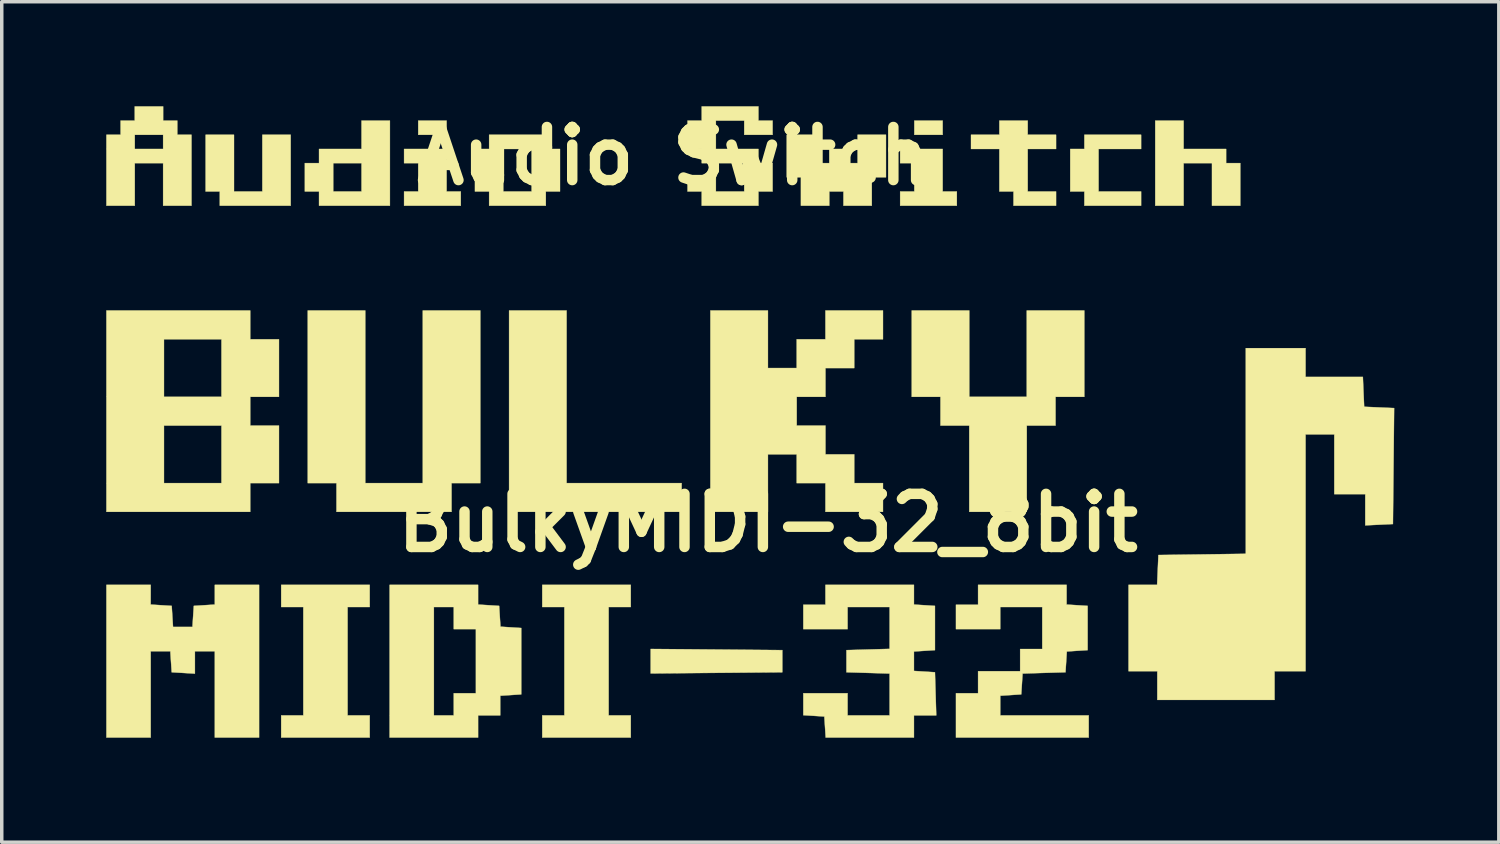
<source format=kicad_pcb>
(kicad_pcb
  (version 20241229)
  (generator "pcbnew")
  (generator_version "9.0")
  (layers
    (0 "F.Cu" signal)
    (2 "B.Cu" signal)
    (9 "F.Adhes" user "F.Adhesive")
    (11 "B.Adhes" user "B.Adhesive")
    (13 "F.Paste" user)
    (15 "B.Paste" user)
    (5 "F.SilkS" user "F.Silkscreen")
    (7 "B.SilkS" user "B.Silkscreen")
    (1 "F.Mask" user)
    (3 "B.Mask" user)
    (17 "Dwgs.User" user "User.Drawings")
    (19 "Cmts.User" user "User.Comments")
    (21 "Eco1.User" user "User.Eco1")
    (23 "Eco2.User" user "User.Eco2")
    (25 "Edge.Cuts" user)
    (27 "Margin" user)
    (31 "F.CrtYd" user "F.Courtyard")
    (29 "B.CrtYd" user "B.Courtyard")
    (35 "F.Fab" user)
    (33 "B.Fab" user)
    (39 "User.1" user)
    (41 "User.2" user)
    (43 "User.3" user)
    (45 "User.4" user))
  (footprint "Audio Switch"
    (layer "F.Cu")
    (at 16.277 1.429)
    (property "Reference" "Audio Switch" (at 0 0 0) (layer "F.SilkS") (effects (font (size 1.524 1.524) (thickness 0.3))))
    (attr through_hole)
    (fp_poly (pts (xy -6.509 -0.61) (xy -7.323 -0.61) (xy -7.323 -1.017) (xy -6.509 -1.017) (xy -6.509 -0.61)) (stroke (width 0.01) (type solid)) (fill yes) (layer "F.SilkS"))
    (fp_poly (pts (xy 7.729 -0.61) (xy 6.916 -0.61) (xy 6.916 -1.017) (xy 7.729 -1.017) (xy 7.729 -0.61)) (stroke (width 0.01) (type solid)) (fill yes) (layer "F.SilkS"))
    (fp_poly (pts (xy -12.611 1.017) (xy -11.797 1.017) (xy -11.797 -0.61) (xy -10.984 -0.61) (xy -10.984 1.424) (xy -13.018 1.424) (xy -13.018 1.017) (xy -13.425 1.017) (xy -13.425 -0.61) (xy -12.611 -0.61) (xy -12.611 1.017)) (stroke (width 0.01) (type solid)) (fill yes) (layer "F.SilkS"))
    (fp_poly (pts (xy -6.509 1.017) (xy -6.102 1.017) (xy -6.102 1.424) (xy -7.729 1.424) (xy -7.729 1.017) (xy -7.323 1.017) (xy -7.323 0.203) (xy -7.729 0.203) (xy -7.729 -0.203) (xy -6.509 -0.203) (xy -6.509 1.017)) (stroke (width 0.01) (type solid)) (fill yes) (layer "F.SilkS"))
    (fp_poly (pts (xy 7.729 1.017) (xy 8.136 1.017) (xy 8.136 1.424) (xy 6.509 1.424) (xy 6.509 1.017) (xy 6.916 1.017) (xy 6.916 0.203) (xy 6.509 0.203) (xy 6.509 -0.203) (xy 7.729 -0.203) (xy 7.729 1.017)) (stroke (width 0.01) (type solid)) (fill yes) (layer "F.SilkS"))
    (fp_poly (pts (xy 13.425 -0.203) (xy 12.204 -0.203) (xy 12.204 1.017) (xy 13.425 1.017) (xy 13.425 1.424) (xy 11.797 1.424) (xy 11.797 1.017) (xy 11.391 1.017) (xy 11.391 -0.203) (xy 11.797 -0.203) (xy 11.797 -0.61) (xy 13.425 -0.61) (xy 13.425 -0.203)) (stroke (width 0.01) (type solid)) (fill yes) (layer "F.SilkS"))
    (fp_poly (pts (xy 14.645 -0.203) (xy 15.865 -0.203) (xy 15.865 0.203) (xy 16.272 0.203) (xy 16.272 1.424) (xy 15.459 1.424) (xy 15.459 0.203) (xy 14.645 0.203) (xy 14.645 1.424) (xy 13.831 1.424) (xy 13.831 -1.017) (xy 14.645 -1.017) (xy 14.645 -0.203)) (stroke (width 0.01) (type solid)) (fill yes) (layer "F.SilkS"))
    (fp_poly (pts (xy -8.136 1.424) (xy -10.17 1.424) (xy -10.17 1.017) (xy -10.577 1.017) (xy -10.577 0.203) (xy -10.17 0.203) (xy -9.763 0.203) (xy -9.763 1.017) (xy -8.95 1.017) (xy -8.95 0.203) (xy -9.763 0.203) (xy -10.17 0.203) (xy -10.17 -0.203) (xy -8.95 -0.203) (xy -8.95 -1.017) (xy -8.136 -1.017) (xy -8.136 1.424)) (stroke (width 0.01) (type solid)) (fill yes) (layer "F.SilkS"))
    (fp_poly (pts (xy 10.17 -0.61) (xy 10.984 -0.61) (xy 10.984 -0.203) (xy 10.17 -0.203) (xy 10.17 1.017) (xy 10.984 1.017) (xy 10.984 1.424) (xy 9.763 1.424) (xy 9.763 1.017) (xy 9.357 1.017) (xy 9.357 -0.203) (xy 8.543 -0.203) (xy 8.543 -0.61) (xy 9.357 -0.61) (xy 9.357 -1.017) (xy 10.17 -1.017) (xy 10.17 -0.61)) (stroke (width 0.01) (type solid)) (fill yes) (layer "F.SilkS"))
    (fp_poly (pts (xy -3.661 -0.203) (xy -3.254 -0.203) (xy -3.254 1.017) (xy -3.661 1.017) (xy -3.661 1.424) (xy -5.288 1.424) (xy -5.288 1.017) (xy -5.695 1.017) (xy -5.695 -0.203) (xy -5.288 -0.203) (xy -4.882 -0.203) (xy -4.882 1.017) (xy -4.068 1.017) (xy -4.068 -0.203) (xy -4.882 -0.203) (xy -5.288 -0.203) (xy -5.288 -0.61) (xy -3.661 -0.61) (xy -3.661 -0.203)) (stroke (width 0.01) (type solid)) (fill yes) (layer "F.SilkS"))
    (fp_poly (pts (xy 4.068 0.203) (xy 4.475 0.203) (xy 4.475 -0.203) (xy 4.882 -0.203) (xy 4.882 0.203) (xy 5.288 0.203) (xy 5.288 -0.61) (xy 6.102 -0.61) (xy 6.102 0.61) (xy 5.695 0.61) (xy 5.695 1.424) (xy 4.882 1.424) (xy 4.882 1.017) (xy 4.475 1.017) (xy 4.475 1.424) (xy 3.661 1.424) (xy 3.661 0.61) (xy 3.254 0.61) (xy 3.254 -0.61) (xy 4.068 -0.61) (xy 4.068 0.203)) (stroke (width 0.01) (type solid)) (fill yes) (layer "F.SilkS"))
    (fp_poly (pts (xy -14.645 -1.017) (xy -14.238 -1.017) (xy -14.238 -0.61) (xy -13.831 -0.61) (xy -13.831 1.424) (xy -14.645 1.424) (xy -14.645 0.203) (xy -15.459 0.203) (xy -15.459 1.424) (xy -16.272 1.424) (xy -16.272 -0.61) (xy -15.865 -0.61) (xy -15.459 -0.61) (xy -15.459 -0.203) (xy -14.645 -0.203) (xy -14.645 -0.61) (xy -15.459 -0.61) (xy -15.865 -0.61) (xy -15.865 -1.017) (xy -15.459 -1.017) (xy -15.459 -1.424) (xy -14.645 -1.424) (xy -14.645 -1.017)) (stroke (width 0.01) (type solid)) (fill yes) (layer "F.SilkS"))
    (fp_poly (pts (xy 2.441 -1.017) (xy 2.848 -1.017) (xy 2.848 -0.61) (xy 2.034 -0.61) (xy 2.034 -1.017) (xy 1.22 -1.017) (xy 1.22 -0.203) (xy 2.441 -0.203) (xy 2.441 0.203) (xy 2.848 0.203) (xy 2.848 1.017) (xy 2.441 1.017) (xy 2.441 1.424) (xy 0.814 1.424) (xy 0.814 1.017) (xy 0.407 1.017) (xy 0.407 0.61) (xy 1.22 0.61) (xy 1.22 1.017) (xy 2.034 1.017) (xy 2.034 0.203) (xy 0.814 0.203) (xy 0.814 -0.203) (xy 0.407 -0.203) (xy 0.407 -1.017) (xy 0.814 -1.017) (xy 0.814 -1.424) (xy 2.441 -1.424) (xy 2.441 -1.017)) (stroke (width 0.01) (type solid)) (fill yes) (layer "F.SilkS")))
  (footprint "BulkyMIDI-32_8bit"
    (layer "F.Cu")
    (at 18.991 11.959)
    (property "Reference" "BulkyMIDI-32_8bit" (at 0 0 0) (layer "F.SilkS") (effects (font (size 1.524 1.524) (thickness 0.3))))
    (attr through_hole)
    (fp_poly (pts (xy 0.413 3.651) (xy 0.413 4.286) (xy -1.476 4.303) (xy -3.365 4.32) (xy -3.365 3.618) (xy 0.413 3.651)) (stroke (width 0.01) (type solid)) (fill yes) (layer "F.SilkS"))
    (fp_poly (pts (xy -5.779 -1.143) (xy -2.477 -1.143) (xy -2.477 -0.318) (xy -7.429 -0.318) (xy -7.429 -6.096) (xy -5.779 -6.096) (xy -5.779 -1.143)) (stroke (width 0.01) (type solid)) (fill yes) (layer "F.SilkS"))
    (fp_poly (pts (xy -11.557 -1.143) (xy -9.906 -1.143) (xy -9.906 -6.096) (xy -8.255 -6.096) (xy -8.255 -1.143) (xy -9.081 -1.143) (xy -9.081 -0.318) (xy -12.383 -0.318) (xy -12.383 -1.143) (xy -13.208 -1.143) (xy -13.208 -6.096) (xy -11.557 -6.096) (xy -11.557 -1.143)) (stroke (width 0.01) (type solid)) (fill yes) (layer "F.SilkS"))
    (fp_poly (pts (xy -11.43 2.413) (xy -12.065 2.413) (xy -12.065 5.524) (xy -11.43 5.524) (xy -11.43 6.16) (xy -13.97 6.16) (xy -13.97 5.524) (xy -13.335 5.524) (xy -13.335 2.413) (xy -13.97 2.413) (xy -13.97 1.778) (xy -11.43 1.778) (xy -11.43 2.413)) (stroke (width 0.01) (type solid)) (fill yes) (layer "F.SilkS"))
    (fp_poly (pts (xy -3.937 2.413) (xy -4.572 2.413) (xy -4.572 5.524) (xy -3.937 5.524) (xy -3.937 6.16) (xy -6.477 6.16) (xy -6.477 5.524) (xy -5.842 5.524) (xy -5.842 2.413) (xy -6.477 2.413) (xy -6.477 1.778) (xy -3.937 1.778) (xy -3.937 2.413)) (stroke (width 0.01) (type solid)) (fill yes) (layer "F.SilkS"))
    (fp_poly (pts (xy 5.779 -3.619) (xy 7.429 -3.619) (xy 7.429 -6.096) (xy 9.081 -6.096) (xy 9.081 -3.619) (xy 8.255 -3.619) (xy 8.255 -2.794) (xy 7.429 -2.794) (xy 7.429 -0.318) (xy 5.779 -0.318) (xy 5.779 -2.794) (xy 4.953 -2.794) (xy 4.953 -3.619) (xy 4.128 -3.619) (xy 4.128 -6.096) (xy 5.779 -6.096) (xy 5.779 -3.619)) (stroke (width 0.01) (type solid)) (fill yes) (layer "F.SilkS"))
    (fp_poly (pts (xy -17.716 2.06) (xy -17.717 2.343) (xy -17.415 2.362) (xy -17.113 2.381) (xy -17.075 2.985) (xy -16.517 2.985) (xy -16.498 2.683) (xy -16.478 2.381) (xy -16.177 2.362) (xy -15.875 2.343) (xy -15.875 2.06) (xy -15.875 1.778) (xy -14.605 1.778) (xy -14.605 6.16) (xy -15.875 6.16) (xy -15.875 3.683) (xy -16.447 3.683) (xy -16.447 4.325) (xy -17.113 4.286) (xy -17.133 3.985) (xy -17.152 3.683) (xy -17.716 3.683) (xy -17.716 6.16) (xy -18.986 6.16) (xy -18.986 1.778) (xy -17.716 1.778) (xy -17.716 2.06)) (stroke (width 0.01) (type solid)) (fill yes) (layer "F.SilkS"))
    (fp_poly (pts (xy -14.859 -5.271) (xy -14.034 -5.271) (xy -14.034 -3.619) (xy -14.859 -3.619) (xy -14.859 -2.794) (xy -14.034 -2.794) (xy -14.034 -1.143) (xy -14.859 -1.143) (xy -14.859 -0.318) (xy -18.986 -0.318) (xy -18.986 -2.794) (xy -17.335 -2.794) (xy -17.335 -1.143) (xy -15.684 -1.143) (xy -15.684 -2.794) (xy -17.335 -2.794) (xy -18.986 -2.794) (xy -18.986 -5.271) (xy -17.335 -5.271) (xy -17.335 -3.619) (xy -15.684 -3.619) (xy -15.684 -5.271) (xy -17.335 -5.271) (xy -18.986 -5.271) (xy -18.986 -6.096) (xy -14.859 -6.096) (xy -14.859 -5.271)) (stroke (width 0.01) (type solid)) (fill yes) (layer "F.SilkS"))
    (fp_poly (pts (xy -8.319 2.343) (xy -8.017 2.362) (xy -7.715 2.381) (xy -7.696 2.68) (xy -7.677 2.978) (xy -7.379 2.997) (xy -7.08 3.016) (xy -7.08 4.921) (xy -7.684 4.96) (xy -7.684 5.524) (xy -8.319 5.524) (xy -8.319 6.16) (xy -10.858 6.16) (xy -10.858 2.413) (xy -9.588 2.413) (xy -9.588 5.524) (xy -9.017 5.524) (xy -9.017 4.889) (xy -8.382 4.889) (xy -8.382 3.048) (xy -9.017 3.048) (xy -9.017 2.413) (xy -9.588 2.413) (xy -10.858 2.413) (xy -10.858 1.778) (xy -8.319 1.778) (xy -8.319 2.343)) (stroke (width 0.01) (type solid)) (fill yes) (layer "F.SilkS"))
    (fp_poly (pts (xy 15.431 -4.191) (xy 17.076 -4.191) (xy 17.094 -3.762) (xy 17.113 -3.334) (xy 17.543 -3.315) (xy 17.973 -3.296) (xy 17.956 -1.632) (xy 17.939 0.032) (xy 17.145 0.07) (xy 17.145 -0.826) (xy 16.256 -0.826) (xy 16.256 -2.54) (xy 15.431 -2.54) (xy 15.431 4.255) (xy 14.541 4.255) (xy 14.541 5.08) (xy 11.176 5.08) (xy 11.176 4.255) (xy 10.351 4.255) (xy 10.351 1.778) (xy 11.17 1.778) (xy 11.189 1.349) (xy 11.208 0.921) (xy 12.462 0.904) (xy 13.716 0.886) (xy 13.716 -5.016) (xy 15.431 -5.016) (xy 15.431 -4.191)) (stroke (width 0.01) (type solid)) (fill yes) (layer "F.SilkS"))
    (fp_poly (pts (xy 0 -4.445) (xy 0.826 -4.445) (xy 0.826 -5.271) (xy 1.651 -5.271) (xy 1.651 -6.096) (xy 3.302 -6.096) (xy 3.302 -5.271) (xy 2.477 -5.271) (xy 2.477 -4.445) (xy 1.651 -4.445) (xy 1.651 -3.619) (xy 0.826 -3.619) (xy 0.826 -2.794) (xy 1.651 -2.794) (xy 1.651 -1.968) (xy 2.477 -1.968) (xy 2.477 -1.143) (xy 3.302 -1.143) (xy 3.302 -0.318) (xy 1.651 -0.318) (xy 1.651 -1.143) (xy 0.826 -1.143) (xy 0.826 -1.968) (xy 0 -1.968) (xy 0 -0.318) (xy -1.651 -0.318) (xy -1.651 -6.096) (xy 0 -6.096) (xy 0 -4.445)) (stroke (width 0.01) (type solid)) (fill yes) (layer "F.SilkS"))
    (fp_poly (pts (xy 8.572 2.343) (xy 8.874 2.362) (xy 9.176 2.381) (xy 9.176 3.651) (xy 8.877 3.67) (xy 8.579 3.69) (xy 8.56 3.988) (xy 8.541 4.286) (xy 7.925 4.304) (xy 7.309 4.323) (xy 7.29 4.622) (xy 7.271 4.921) (xy 6.668 4.96) (xy 6.668 5.524) (xy 9.207 5.524) (xy 9.207 6.16) (xy 5.397 6.16) (xy 5.397 4.889) (xy 6.032 4.889) (xy 6.032 4.255) (xy 7.239 4.255) (xy 7.239 3.619) (xy 7.874 3.619) (xy 7.874 2.413) (xy 6.668 2.413) (xy 6.668 3.048) (xy 5.397 3.048) (xy 5.397 2.349) (xy 6.032 2.349) (xy 6.032 1.778) (xy 8.572 1.778) (xy 8.572 2.343)) (stroke (width 0.01) (type solid)) (fill yes) (layer "F.SilkS"))
    (fp_poly (pts (xy 4.191 2.343) (xy 4.493 2.362) (xy 4.794 2.381) (xy 4.794 3.651) (xy 4.191 3.69) (xy 4.191 4.248) (xy 4.493 4.267) (xy 4.794 4.286) (xy 4.831 5.524) (xy 4.191 5.524) (xy 4.191 6.16) (xy 1.658 6.16) (xy 1.619 5.556) (xy 1.318 5.537) (xy 1.016 5.518) (xy 1.016 4.889) (xy 2.286 4.889) (xy 2.286 5.524) (xy 3.493 5.524) (xy 3.493 4.323) (xy 2.254 4.286) (xy 2.254 3.651) (xy 2.873 3.633) (xy 3.493 3.615) (xy 3.493 2.413) (xy 2.286 2.413) (xy 2.286 3.048) (xy 1.016 3.048) (xy 1.016 2.349) (xy 1.651 2.349) (xy 1.651 1.778) (xy 4.191 1.778) (xy 4.191 2.343)) (stroke (width 0.01) (type solid)) (fill yes) (layer "F.SilkS")))
  (gr_rect
    (start -3 -3)
    (end 39.969 21.123)
    (stroke (width 0.1) (type default))
    (fill no)
    (layer "Edge.Cuts")))
</source>
